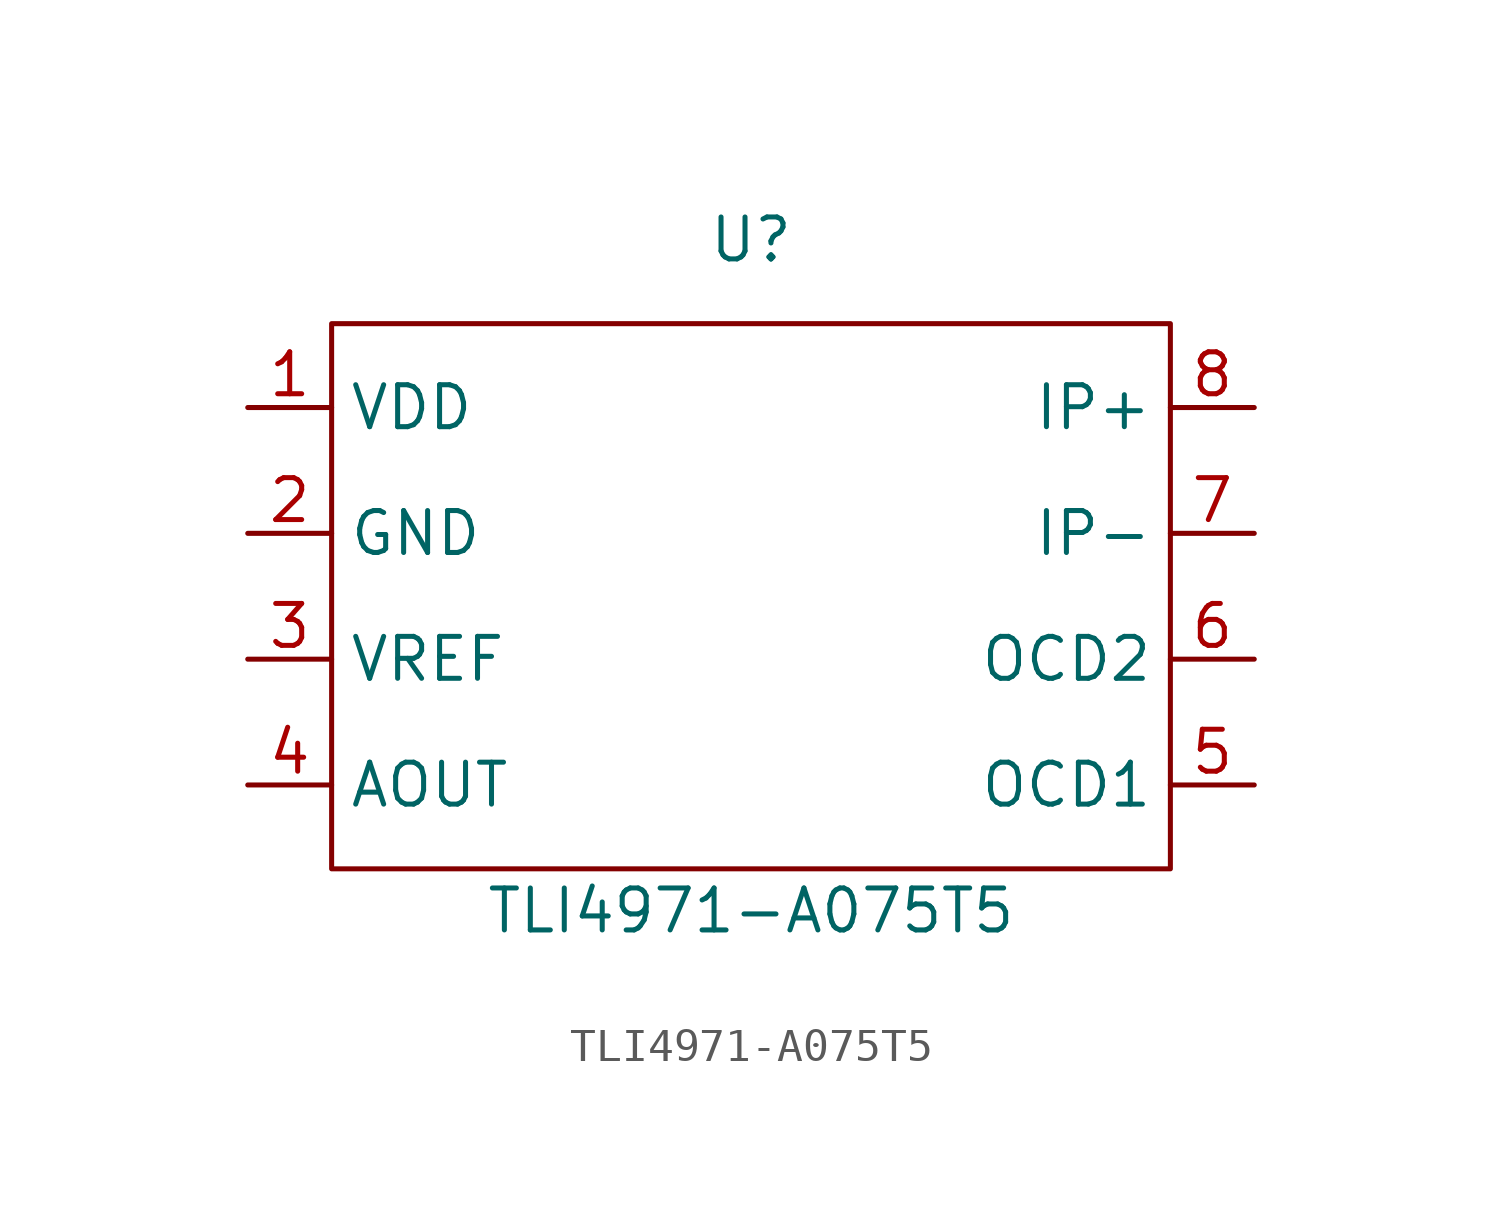
<source format=kicad_sym>
(kicad_symbol_lib
  (version 20211014)
  (generator kicad_symbol_editor)
  (symbol "TLI4971-A075T5"
    (property "Reference" "U"
      (at 0 11.43 0)
      (effects (font (size 1.27 1.27))))
    (property "Value" "TLI4971-A075T5"
      (at 0 -8.89 0)
      (effects (font (size 1.27 1.27))))
    (symbol "TLI4971-A075T5_0_1"
      (rectangle (start -12.7 8.89) (end 12.7 -7.62) (stroke (width 0) (type default) (color 0 0 0 0)) (fill (type none))))
    (symbol "TLI4971-A075T5_1_1"
      (pin power_in line (at -15.24 6.35 0) (length 2.54) (name "VDD" (effects (font (size 1.27 1.27)))) (number "1" (effects (font (size 1.27 1.27)))))
      (pin power_in line (at -15.24 2.54 0) (length 2.54) (name "GND" (effects (font (size 1.27 1.27)))) (number "2" (effects (font (size 1.27 1.27)))))
      (pin passive line (at -15.24 -1.27 0) (length 2.54) (name "VREF" (effects (font (size 1.27 1.27)))) (number "3" (effects (font (size 1.27 1.27)))))
      (pin output line (at -15.24 -5.08 0) (length 2.54) (name "AOUT" (effects (font (size 1.27 1.27)))) (number "4" (effects (font (size 1.27 1.27)))))
      (pin open_collector line (at 15.24 -5.08 180) (length 2.54) (name "OCD1" (effects (font (size 1.27 1.27)))) (number "5" (effects (font (size 1.27 1.27)))))
      (pin open_collector line (at 15.24 -1.27 180) (length 2.54) (name "OCD2" (effects (font (size 1.27 1.27)))) (number "6" (effects (font (size 1.27 1.27)))))
      (pin output line (at 15.24 2.54 180) (length 2.54) (name "IP-" (effects (font (size 1.27 1.27)))) (number "7" (effects (font (size 1.27 1.27)))))
      (pin input line (at 15.24 6.35 180) (length 2.54) (name "IP+" (effects (font (size 1.27 1.27)))) (number "8" (effects (font (size 1.27 1.27))))))))
</source>
